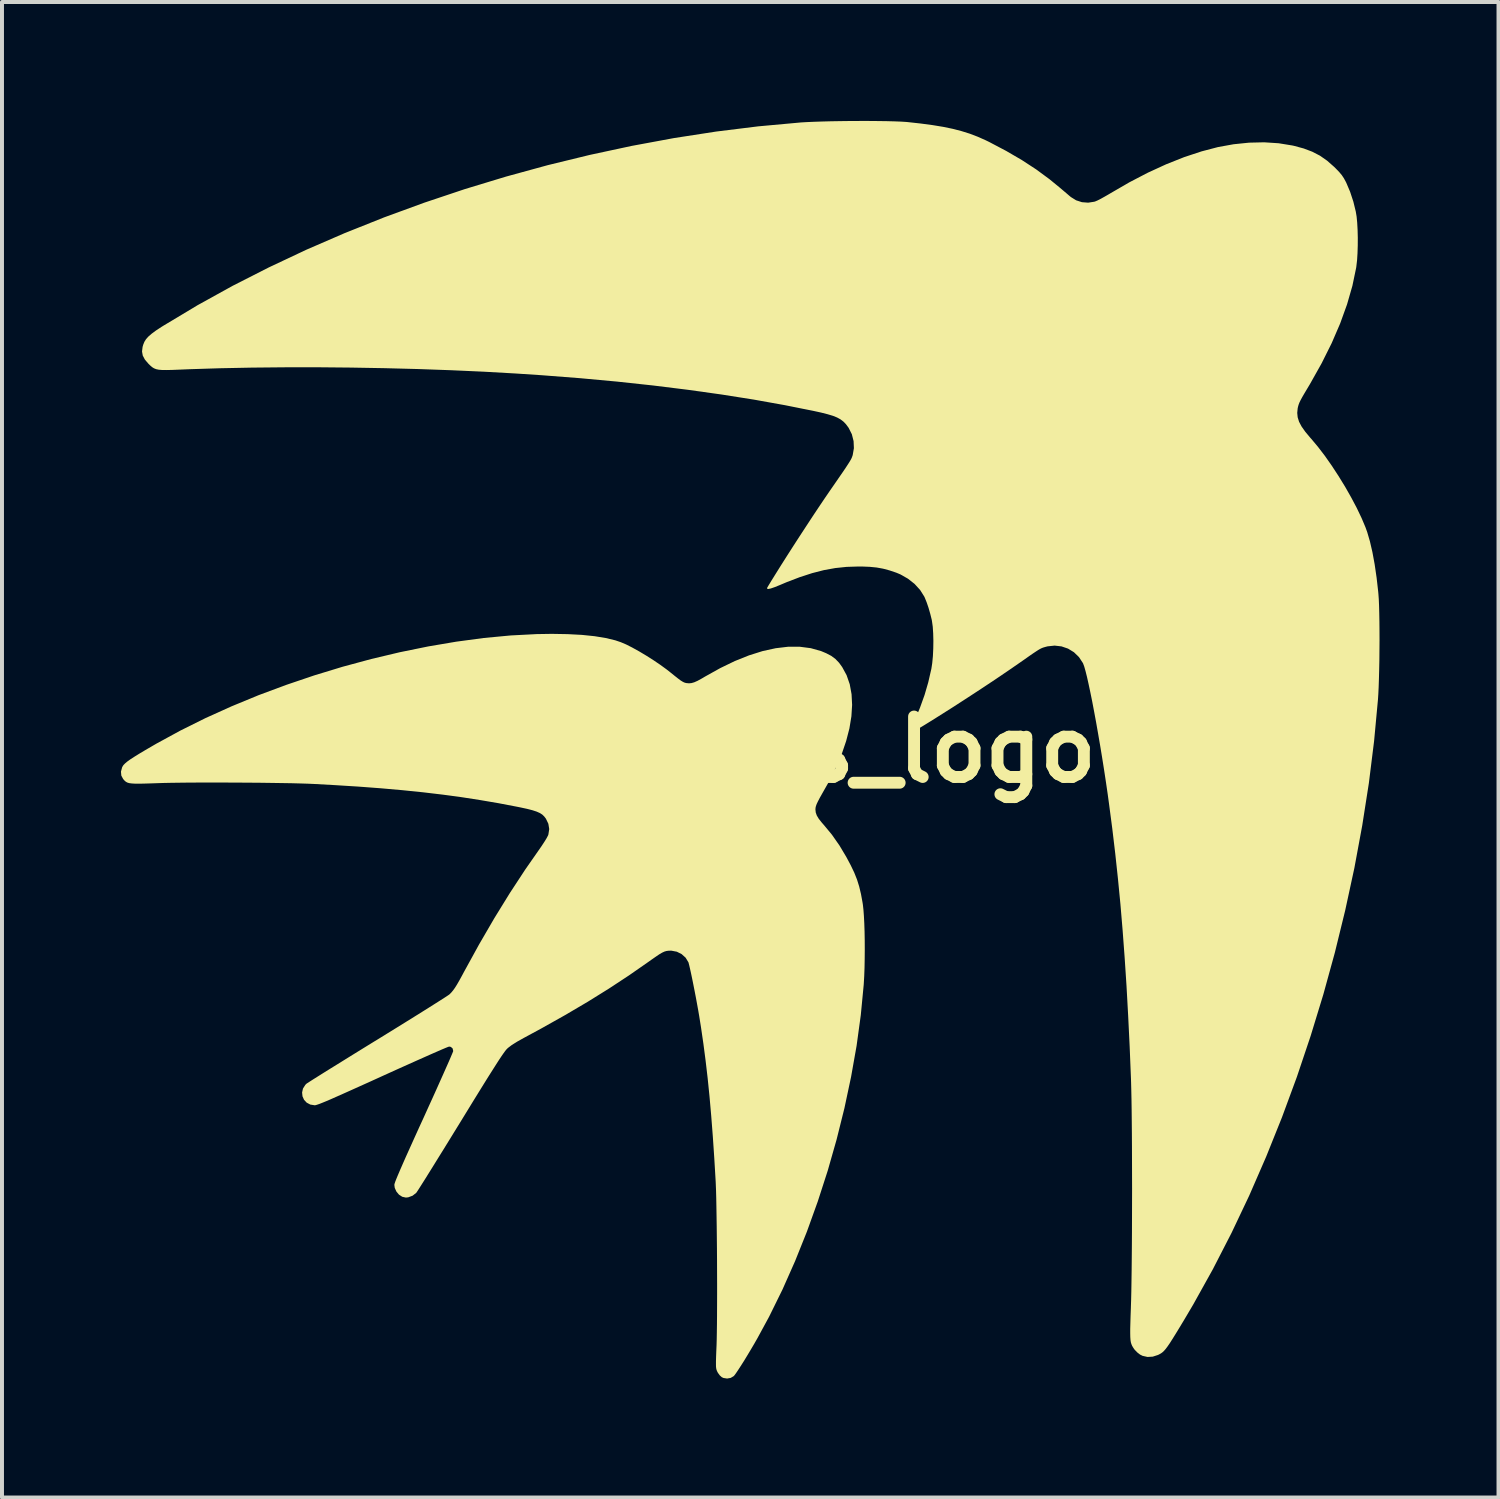
<source format=kicad_pcb>
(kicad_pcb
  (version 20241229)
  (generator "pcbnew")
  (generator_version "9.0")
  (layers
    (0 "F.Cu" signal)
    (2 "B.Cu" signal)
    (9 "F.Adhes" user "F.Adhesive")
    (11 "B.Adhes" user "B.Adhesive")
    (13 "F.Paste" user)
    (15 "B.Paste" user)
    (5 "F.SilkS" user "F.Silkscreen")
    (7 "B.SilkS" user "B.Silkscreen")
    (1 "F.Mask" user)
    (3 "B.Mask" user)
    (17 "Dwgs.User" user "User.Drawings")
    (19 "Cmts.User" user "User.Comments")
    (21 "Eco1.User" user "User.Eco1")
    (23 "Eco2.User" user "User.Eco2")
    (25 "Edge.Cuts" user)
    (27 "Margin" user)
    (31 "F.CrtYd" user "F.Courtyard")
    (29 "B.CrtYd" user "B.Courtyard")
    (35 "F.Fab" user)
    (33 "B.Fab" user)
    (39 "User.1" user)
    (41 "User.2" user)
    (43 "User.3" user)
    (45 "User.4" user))
  (footprint "swiftleeds_logo"
    (layer "F.Cu")
    (at 15.86 15.851)
    (property "Reference" "swiftleeds_logo" (at 0 0 0) (layer "F.SilkS") (effects (font (size 1.524 1.524) (thickness 0.3))))
    (attr board_only exclude_from_pos_files exclude_from_bom)
    (fp_poly (pts (xy 3.008 -15.851) (xy 3.237 -15.849) (xy 3.45 -15.846) (xy 3.64 -15.841) (xy 3.802 -15.835) (xy 3.929 -15.827) (xy 3.965 -15.824) (xy 4.301 -15.787) (xy 4.601 -15.747) (xy 4.869 -15.703) (xy 5.111 -15.653) (xy 5.334 -15.595) (xy 5.542 -15.53) (xy 5.741 -15.454) (xy 5.937 -15.367) (xy 6.028 -15.323) (xy 6.459 -15.096) (xy 6.854 -14.866) (xy 7.217 -14.629) (xy 7.552 -14.382) (xy 7.81 -14.171) (xy 7.896 -14.098) (xy 7.981 -14.026) (xy 8.053 -13.964) (xy 8.092 -13.932) (xy 8.222 -13.851) (xy 8.37 -13.803) (xy 8.527 -13.791) (xy 8.682 -13.815) (xy 8.707 -13.823) (xy 8.761 -13.846) (xy 8.842 -13.887) (xy 8.939 -13.941) (xy 9.045 -14.002) (xy 9.094 -14.031) (xy 9.565 -14.304) (xy 10.034 -14.548) (xy 10.496 -14.76) (xy 10.949 -14.94) (xy 11.388 -15.085) (xy 11.801 -15.193) (xy 12.194 -15.264) (xy 12.584 -15.304) (xy 12.964 -15.313) (xy 13.33 -15.289) (xy 13.674 -15.233) (xy 13.715 -15.224) (xy 13.963 -15.157) (xy 14.179 -15.075) (xy 14.372 -14.975) (xy 14.551 -14.85) (xy 14.726 -14.696) (xy 14.764 -14.659) (xy 14.855 -14.565) (xy 14.922 -14.485) (xy 14.974 -14.407) (xy 15.022 -14.318) (xy 15.033 -14.297) (xy 15.131 -14.066) (xy 15.213 -13.817) (xy 15.274 -13.568) (xy 15.295 -13.443) (xy 15.31 -13.286) (xy 15.32 -13.105) (xy 15.325 -12.91) (xy 15.324 -12.712) (xy 15.318 -12.519) (xy 15.307 -12.341) (xy 15.289 -12.187) (xy 15.284 -12.15) (xy 15.189 -11.695) (xy 15.054 -11.226) (xy 14.88 -10.744) (xy 14.666 -10.248) (xy 14.412 -9.739) (xy 14.119 -9.217) (xy 14.058 -9.115) (xy 13.981 -8.986) (xy 13.923 -8.886) (xy 13.881 -8.808) (xy 13.851 -8.746) (xy 13.831 -8.692) (xy 13.817 -8.641) (xy 13.809 -8.603) (xy 13.798 -8.49) (xy 13.809 -8.38) (xy 13.844 -8.267) (xy 13.907 -8.148) (xy 14 -8.016) (xy 14.125 -7.866) (xy 14.152 -7.836) (xy 14.319 -7.637) (xy 14.493 -7.41) (xy 14.667 -7.162) (xy 14.839 -6.899) (xy 15.005 -6.629) (xy 15.159 -6.358) (xy 15.299 -6.093) (xy 15.42 -5.84) (xy 15.518 -5.608) (xy 15.563 -5.483) (xy 15.631 -5.25) (xy 15.694 -4.978) (xy 15.75 -4.673) (xy 15.799 -4.338) (xy 15.84 -3.978) (xy 15.845 -3.923) (xy 15.854 -3.798) (xy 15.861 -3.636) (xy 15.866 -3.445) (xy 15.87 -3.23) (xy 15.872 -2.997) (xy 15.873 -2.753) (xy 15.871 -2.503) (xy 15.869 -2.254) (xy 15.864 -2.013) (xy 15.858 -1.785) (xy 15.851 -1.576) (xy 15.842 -1.392) (xy 15.834 -1.269) (xy 15.736 -0.216) (xy 15.604 0.846) (xy 15.437 1.913) (xy 15.239 2.983) (xy 15.008 4.051) (xy 14.747 5.116) (xy 14.456 6.173) (xy 14.136 7.219) (xy 13.789 8.252) (xy 13.414 9.269) (xy 13.014 10.265) (xy 12.59 11.239) (xy 12.141 12.186) (xy 11.669 13.104) (xy 11.176 13.99) (xy 10.945 14.381) (xy 10.829 14.573) (xy 10.732 14.732) (xy 10.651 14.862) (xy 10.585 14.966) (xy 10.529 15.047) (xy 10.482 15.11) (xy 10.441 15.157) (xy 10.403 15.193) (xy 10.365 15.221) (xy 10.326 15.243) (xy 10.289 15.262) (xy 10.156 15.305) (xy 10.023 15.313) (xy 9.899 15.285) (xy 9.833 15.252) (xy 9.765 15.199) (xy 9.702 15.134) (xy 9.683 15.109) (xy 9.656 15.068) (xy 9.634 15.03) (xy 9.617 14.989) (xy 9.603 14.943) (xy 9.594 14.886) (xy 9.589 14.813) (xy 9.587 14.721) (xy 9.587 14.605) (xy 9.591 14.46) (xy 9.596 14.282) (xy 9.604 14.066) (xy 9.604 14.056) (xy 9.61 13.873) (xy 9.615 13.654) (xy 9.619 13.401) (xy 9.623 13.12) (xy 9.626 12.815) (xy 9.629 12.49) (xy 9.631 12.149) (xy 9.632 11.797) (xy 9.633 11.438) (xy 9.634 11.076) (xy 9.633 10.715) (xy 9.632 10.36) (xy 9.631 10.015) (xy 9.629 9.684) (xy 9.626 9.372) (xy 9.623 9.082) (xy 9.619 8.82) (xy 9.614 8.589) (xy 9.609 8.393) (xy 9.606 8.301) (xy 9.573 7.485) (xy 9.535 6.707) (xy 9.494 5.963) (xy 9.447 5.249) (xy 9.396 4.562) (xy 9.34 3.896) (xy 9.277 3.249) (xy 9.209 2.616) (xy 9.135 1.993) (xy 9.054 1.377) (xy 9.019 1.121) (xy 8.974 0.813) (xy 8.927 0.504) (xy 8.878 0.195) (xy 8.828 -0.108) (xy 8.777 -0.404) (xy 8.727 -0.689) (xy 8.677 -0.959) (xy 8.629 -1.212) (xy 8.582 -1.443) (xy 8.538 -1.65) (xy 8.498 -1.829) (xy 8.461 -1.977) (xy 8.429 -2.091) (xy 8.401 -2.167) (xy 8.395 -2.181) (xy 8.295 -2.333) (xy 8.168 -2.456) (xy 8.019 -2.547) (xy 7.855 -2.603) (xy 7.681 -2.623) (xy 7.502 -2.604) (xy 7.445 -2.589) (xy 7.407 -2.578) (xy 7.375 -2.567) (xy 7.344 -2.554) (xy 7.309 -2.536) (xy 7.265 -2.51) (xy 7.208 -2.473) (xy 7.133 -2.423) (xy 7.036 -2.356) (xy 6.913 -2.269) (xy 6.808 -2.196) (xy 6.514 -1.993) (xy 6.191 -1.774) (xy 5.846 -1.545) (xy 5.488 -1.311) (xy 5.125 -1.076) (xy 4.763 -0.847) (xy 4.706 -0.811) (xy 4.535 -0.704) (xy 4.397 -0.619) (xy 4.288 -0.553) (xy 4.205 -0.505) (xy 4.144 -0.473) (xy 4.102 -0.455) (xy 4.077 -0.449) (xy 4.065 -0.452) (xy 4.057 -0.471) (xy 4.06 -0.503) (xy 4.076 -0.556) (xy 4.109 -0.635) (xy 4.144 -0.716) (xy 4.286 -1.056) (xy 4.402 -1.379) (xy 4.495 -1.698) (xy 4.57 -2.025) (xy 4.572 -2.03) (xy 4.595 -2.181) (xy 4.612 -2.358) (xy 4.621 -2.549) (xy 4.624 -2.743) (xy 4.619 -2.931) (xy 4.608 -3.101) (xy 4.588 -3.244) (xy 4.582 -3.277) (xy 4.545 -3.425) (xy 4.502 -3.575) (xy 4.455 -3.713) (xy 4.409 -3.827) (xy 4.394 -3.86) (xy 4.289 -4.026) (xy 4.149 -4.179) (xy 3.981 -4.311) (xy 3.793 -4.418) (xy 3.688 -4.462) (xy 3.515 -4.52) (xy 3.354 -4.563) (xy 3.193 -4.592) (xy 3.02 -4.609) (xy 2.823 -4.617) (xy 2.728 -4.617) (xy 2.437 -4.608) (xy 2.151 -4.578) (xy 1.863 -4.526) (xy 1.567 -4.45) (xy 1.256 -4.349) (xy 0.924 -4.222) (xy 0.761 -4.153) (xy 0.625 -4.098) (xy 0.524 -4.063) (xy 0.459 -4.05) (xy 0.43 -4.059) (xy 0.436 -4.087) (xy 0.535 -4.251) (xy 0.655 -4.444) (xy 0.79 -4.66) (xy 0.938 -4.893) (xy 1.095 -5.138) (xy 1.256 -5.387) (xy 1.419 -5.636) (xy 1.578 -5.879) (xy 1.731 -6.109) (xy 1.873 -6.32) (xy 2.001 -6.508) (xy 2.02 -6.535) (xy 2.148 -6.72) (xy 2.254 -6.874) (xy 2.341 -7) (xy 2.41 -7.102) (xy 2.463 -7.183) (xy 2.504 -7.247) (xy 2.534 -7.297) (xy 2.556 -7.338) (xy 2.571 -7.372) (xy 2.582 -7.403) (xy 2.59 -7.427) (xy 2.62 -7.601) (xy 2.612 -7.779) (xy 2.568 -7.953) (xy 2.488 -8.112) (xy 2.476 -8.129) (xy 2.418 -8.207) (xy 2.356 -8.271) (xy 2.284 -8.326) (xy 2.197 -8.374) (xy 2.09 -8.417) (xy 1.956 -8.457) (xy 1.791 -8.499) (xy 1.622 -8.536) (xy 0.88 -8.685) (xy 0.1 -8.825) (xy -0.717 -8.954) (xy -1.567 -9.073) (xy -2.447 -9.182) (xy -3.356 -9.28) (xy -4.29 -9.366) (xy -5.247 -9.44) (xy -5.911 -9.484) (xy -6.707 -9.529) (xy -7.528 -9.566) (xy -8.365 -9.596) (xy -9.214 -9.618) (xy -10.065 -9.633) (xy -10.913 -9.641) (xy -11.749 -9.64) (xy -12.568 -9.632) (xy -13.363 -9.616) (xy -14.125 -9.592) (xy -14.392 -9.581) (xy -14.569 -9.574) (xy -14.709 -9.571) (xy -14.82 -9.572) (xy -14.906 -9.579) (xy -14.973 -9.593) (xy -15.028 -9.615) (xy -15.077 -9.646) (xy -15.125 -9.688) (xy -15.165 -9.727) (xy -15.256 -9.833) (xy -15.31 -9.934) (xy -15.329 -10.038) (xy -15.315 -10.154) (xy -15.299 -10.21) (xy -15.27 -10.282) (xy -15.228 -10.349) (xy -15.168 -10.416) (xy -15.086 -10.487) (xy -14.978 -10.567) (xy -14.838 -10.659) (xy -14.783 -10.693) (xy -13.933 -11.203) (xy -13.049 -11.692) (xy -12.133 -12.158) (xy -11.189 -12.603) (xy -10.22 -13.023) (xy -9.228 -13.419) (xy -8.217 -13.789) (xy -7.19 -14.133) (xy -6.149 -14.449) (xy -5.098 -14.737) (xy -4.04 -14.995) (xy -2.978 -15.223) (xy -1.914 -15.42) (xy -0.852 -15.584) (xy 0.206 -15.715) (xy 1.255 -15.811) (xy 1.269 -15.813) (xy 1.422 -15.822) (xy 1.605 -15.83) (xy 1.813 -15.837) (xy 2.039 -15.843) (xy 2.277 -15.847) (xy 2.522 -15.85) (xy 2.767 -15.851)) (stroke (width 0) (type solid)) (fill yes) (layer "F.SilkS"))
    (fp_poly (pts (xy -4.596 -2.912) (xy -4.237 -2.893) (xy -3.917 -2.86) (xy -3.637 -2.814) (xy -3.396 -2.756) (xy -3.257 -2.709) (xy -3.125 -2.653) (xy -2.969 -2.574) (xy -2.796 -2.478) (xy -2.615 -2.37) (xy -2.434 -2.255) (xy -2.26 -2.137) (xy -2.102 -2.022) (xy -2.013 -1.952) (xy -1.9 -1.861) (xy -1.814 -1.793) (xy -1.75 -1.745) (xy -1.7 -1.714) (xy -1.661 -1.694) (xy -1.626 -1.683) (xy -1.603 -1.678) (xy -1.538 -1.672) (xy -1.475 -1.678) (xy -1.405 -1.698) (xy -1.322 -1.735) (xy -1.216 -1.793) (xy -1.133 -1.842) (xy -0.751 -2.055) (xy -0.381 -2.234) (xy -0.024 -2.377) (xy 0.319 -2.485) (xy 0.648 -2.557) (xy 0.96 -2.594) (xy 1.256 -2.594) (xy 1.533 -2.558) (xy 1.792 -2.485) (xy 1.921 -2.431) (xy 2.051 -2.363) (xy 2.155 -2.285) (xy 2.247 -2.189) (xy 2.325 -2.081) (xy 2.436 -1.877) (xy 2.515 -1.649) (xy 2.561 -1.398) (xy 2.575 -1.128) (xy 2.557 -0.84) (xy 2.507 -0.535) (xy 2.425 -0.218) (xy 2.313 0.112) (xy 2.169 0.451) (xy 1.996 0.798) (xy 1.903 0.962) (xy 1.822 1.105) (xy 1.759 1.217) (xy 1.714 1.303) (xy 1.682 1.37) (xy 1.663 1.422) (xy 1.653 1.465) (xy 1.65 1.504) (xy 1.65 1.511) (xy 1.658 1.586) (xy 1.685 1.662) (xy 1.735 1.745) (xy 1.812 1.842) (xy 1.869 1.907) (xy 2.066 2.145) (xy 2.258 2.42) (xy 2.429 2.707) (xy 2.54 2.915) (xy 2.629 3.101) (xy 2.699 3.277) (xy 2.754 3.454) (xy 2.799 3.643) (xy 2.838 3.856) (xy 2.846 3.906) (xy 2.86 4.031) (xy 2.872 4.191) (xy 2.882 4.38) (xy 2.889 4.59) (xy 2.893 4.814) (xy 2.894 5.045) (xy 2.892 5.277) (xy 2.888 5.502) (xy 2.88 5.713) (xy 2.869 5.903) (xy 2.867 5.932) (xy 2.794 6.691) (xy 2.688 7.466) (xy 2.549 8.25) (xy 2.381 9.04) (xy 2.184 9.83) (xy 1.96 10.616) (xy 1.709 11.392) (xy 1.435 12.153) (xy 1.138 12.894) (xy 0.82 13.611) (xy 0.482 14.298) (xy 0.19 14.836) (xy 0.106 14.983) (xy 0.018 15.132) (xy -0.07 15.279) (xy -0.154 15.417) (xy -0.233 15.541) (xy -0.302 15.647) (xy -0.358 15.73) (xy -0.398 15.783) (xy -0.41 15.796) (xy -0.486 15.841) (xy -0.577 15.857) (xy -0.668 15.843) (xy -0.711 15.823) (xy -0.761 15.778) (xy -0.808 15.714) (xy -0.822 15.688) (xy -0.835 15.66) (xy -0.845 15.632) (xy -0.852 15.6) (xy -0.857 15.557) (xy -0.858 15.499) (xy -0.858 15.421) (xy -0.855 15.315) (xy -0.85 15.179) (xy -0.843 15.015) (xy -0.839 14.879) (xy -0.836 14.706) (xy -0.833 14.502) (xy -0.831 14.271) (xy -0.83 14.017) (xy -0.829 13.746) (xy -0.829 13.463) (xy -0.83 13.171) (xy -0.831 12.876) (xy -0.833 12.583) (xy -0.836 12.295) (xy -0.839 12.019) (xy -0.843 11.758) (xy -0.847 11.518) (xy -0.851 11.303) (xy -0.856 11.117) (xy -0.862 10.966) (xy -0.865 10.892) (xy -0.9 10.305) (xy -0.937 9.755) (xy -0.977 9.239) (xy -1.02 8.751) (xy -1.067 8.287) (xy -1.119 7.843) (xy -1.175 7.414) (xy -1.236 6.996) (xy -1.281 6.715) (xy -1.305 6.575) (xy -1.333 6.421) (xy -1.363 6.257) (xy -1.395 6.091) (xy -1.427 5.929) (xy -1.458 5.775) (xy -1.487 5.637) (xy -1.513 5.52) (xy -1.534 5.43) (xy -1.549 5.373) (xy -1.553 5.361) (xy -1.623 5.246) (xy -1.723 5.156) (xy -1.845 5.095) (xy -1.982 5.069) (xy -2.007 5.069) (xy -2.061 5.071) (xy -2.11 5.078) (xy -2.16 5.093) (xy -2.217 5.12) (xy -2.287 5.161) (xy -2.375 5.221) (xy -2.489 5.3) (xy -2.559 5.35) (xy -3.046 5.689) (xy -3.555 6.024) (xy -4.092 6.358) (xy -4.659 6.692) (xy -5.261 7.03) (xy -5.697 7.266) (xy -5.871 7.363) (xy -6.006 7.448) (xy -6.102 7.521) (xy -6.122 7.54) (xy -6.146 7.565) (xy -6.177 7.604) (xy -6.216 7.658) (xy -6.265 7.729) (xy -6.325 7.819) (xy -6.397 7.931) (xy -6.482 8.065) (xy -6.583 8.224) (xy -6.699 8.41) (xy -6.832 8.625) (xy -6.984 8.871) (xy -7.155 9.15) (xy -7.296 9.38) (xy -7.449 9.628) (xy -7.596 9.867) (xy -7.736 10.094) (xy -7.868 10.306) (xy -7.989 10.502) (xy -8.098 10.677) (xy -8.194 10.831) (xy -8.275 10.959) (xy -8.339 11.06) (xy -8.385 11.131) (xy -8.411 11.169) (xy -8.415 11.175) (xy -8.507 11.247) (xy -8.617 11.288) (xy -8.678 11.294) (xy -8.768 11.274) (xy -8.85 11.221) (xy -8.915 11.143) (xy -8.957 11.05) (xy -8.967 10.974) (xy -8.962 10.947) (xy -8.946 10.898) (xy -8.918 10.826) (xy -8.877 10.727) (xy -8.823 10.601) (xy -8.756 10.447) (xy -8.674 10.261) (xy -8.576 10.044) (xy -8.463 9.793) (xy -8.333 9.506) (xy -8.225 9.271) (xy -8.113 9.023) (xy -8.005 8.786) (xy -7.904 8.562) (xy -7.811 8.354) (xy -7.727 8.166) (xy -7.653 7.999) (xy -7.59 7.857) (xy -7.541 7.743) (xy -7.506 7.66) (xy -7.486 7.611) (xy -7.483 7.598) (xy -7.498 7.534) (xy -7.543 7.495) (xy -7.584 7.487) (xy -7.611 7.495) (xy -7.673 7.52) (xy -7.768 7.56) (xy -7.892 7.614) (xy -8.043 7.68) (xy -8.218 7.758) (xy -8.414 7.845) (xy -8.628 7.941) (xy -8.858 8.044) (xy -9.099 8.153) (xy -9.262 8.227) (xy -9.563 8.364) (xy -9.827 8.483) (xy -10.058 8.587) (xy -10.257 8.676) (xy -10.426 8.751) (xy -10.568 8.814) (xy -10.685 8.864) (xy -10.78 8.903) (xy -10.853 8.932) (xy -10.909 8.951) (xy -10.948 8.963) (xy -10.973 8.967) (xy -10.976 8.967) (xy -11.087 8.949) (xy -11.177 8.901) (xy -11.244 8.829) (xy -11.283 8.741) (xy -11.293 8.644) (xy -11.271 8.546) (xy -11.213 8.454) (xy -11.185 8.425) (xy -11.16 8.408) (xy -11.101 8.37) (xy -11.012 8.313) (xy -10.894 8.239) (xy -10.751 8.149) (xy -10.584 8.045) (xy -10.396 7.929) (xy -10.19 7.801) (xy -9.969 7.664) (xy -9.734 7.519) (xy -9.489 7.368) (xy -9.39 7.308) (xy -9.141 7.154) (xy -8.901 7.006) (xy -8.672 6.864) (xy -8.458 6.731) (xy -8.261 6.608) (xy -8.084 6.497) (xy -7.929 6.399) (xy -7.798 6.316) (xy -7.695 6.25) (xy -7.622 6.202) (xy -7.581 6.174) (xy -7.575 6.168) (xy -7.529 6.122) (xy -7.485 6.069) (xy -7.439 6.005) (xy -7.387 5.922) (xy -7.326 5.816) (xy -7.252 5.681) (xy -7.211 5.604) (xy -6.832 4.914) (xy -6.446 4.25) (xy -6.055 3.616) (xy -5.663 3.018) (xy -5.345 2.562) (xy -5.258 2.437) (xy -5.184 2.324) (xy -5.127 2.231) (xy -5.091 2.162) (xy -5.083 2.139) (xy -5.062 2.003) (xy -5.084 1.869) (xy -5.146 1.74) (xy -5.147 1.739) (xy -5.189 1.684) (xy -5.238 1.637) (xy -5.3 1.598) (xy -5.381 1.562) (xy -5.485 1.528) (xy -5.617 1.494) (xy -5.784 1.458) (xy -5.873 1.44) (xy -6.333 1.352) (xy -6.795 1.273) (xy -7.264 1.2) (xy -7.745 1.135) (xy -8.242 1.076) (xy -8.76 1.023) (xy -9.302 0.975) (xy -9.874 0.932) (xy -10.48 0.894) (xy -10.987 0.866) (xy -11.143 0.859) (xy -11.335 0.853) (xy -11.559 0.847) (xy -11.81 0.843) (xy -12.082 0.839) (xy -12.37 0.835) (xy -12.668 0.833) (xy -12.972 0.831) (xy -13.275 0.83) (xy -13.574 0.829) (xy -13.861 0.83) (xy -14.133 0.831) (xy -14.384 0.834) (xy -14.608 0.837) (xy -14.801 0.841) (xy -14.892 0.844) (xy -15.098 0.851) (xy -15.265 0.856) (xy -15.4 0.859) (xy -15.505 0.858) (xy -15.587 0.853) (xy -15.649 0.845) (xy -15.695 0.832) (xy -15.731 0.813) (xy -15.761 0.79) (xy -15.789 0.759) (xy -15.805 0.741) (xy -15.851 0.655) (xy -15.86 0.555) (xy -15.831 0.446) (xy -15.82 0.425) (xy -15.797 0.389) (xy -15.759 0.35) (xy -15.704 0.303) (xy -15.628 0.248) (xy -15.528 0.183) (xy -15.401 0.104) (xy -15.245 0.011) (xy -15.056 -0.099) (xy -14.963 -0.153) (xy -14.359 -0.482) (xy -13.727 -0.796) (xy -13.069 -1.093) (xy -12.39 -1.373) (xy -11.694 -1.632) (xy -10.986 -1.872) (xy -10.27 -2.09) (xy -9.549 -2.285) (xy -8.829 -2.456) (xy -8.113 -2.602) (xy -7.406 -2.722) (xy -6.712 -2.815) (xy -6.035 -2.879) (xy -5.379 -2.913) (xy -4.996 -2.919)) (stroke (width 0) (type solid)) (fill yes) (layer "F.SilkS")))
  (gr_rect
    (start -3 -3)
    (end 34.733 34.708)
    (stroke (width 0.1) (type default))
    (fill no)
    (layer "Edge.Cuts")))
</source>
